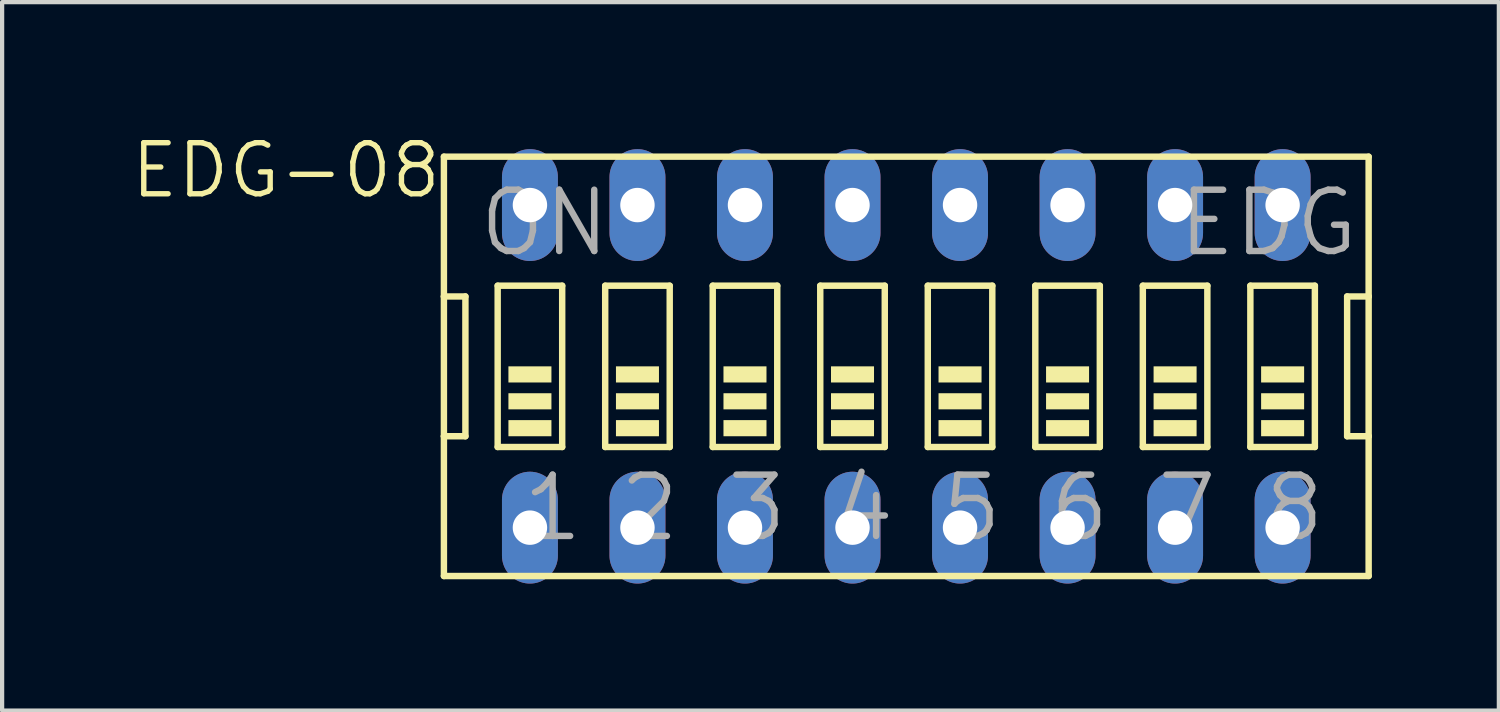
<source format=kicad_pcb>
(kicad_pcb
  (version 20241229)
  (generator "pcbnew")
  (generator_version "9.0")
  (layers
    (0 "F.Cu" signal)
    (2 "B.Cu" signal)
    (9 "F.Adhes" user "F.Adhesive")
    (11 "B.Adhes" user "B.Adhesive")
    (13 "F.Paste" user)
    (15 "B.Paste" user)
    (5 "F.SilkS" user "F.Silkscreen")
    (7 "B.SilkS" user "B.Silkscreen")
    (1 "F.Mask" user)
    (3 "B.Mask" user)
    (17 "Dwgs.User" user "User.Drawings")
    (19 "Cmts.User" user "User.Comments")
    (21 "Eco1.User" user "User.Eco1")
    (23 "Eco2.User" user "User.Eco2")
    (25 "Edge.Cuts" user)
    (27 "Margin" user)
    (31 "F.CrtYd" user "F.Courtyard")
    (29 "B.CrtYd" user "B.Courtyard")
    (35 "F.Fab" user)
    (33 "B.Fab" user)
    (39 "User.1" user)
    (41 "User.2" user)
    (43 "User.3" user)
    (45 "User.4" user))
  (footprint "EDG-08"
    (layer "F.Cu")
    (at 18.358 5.604)
    (property "Reference" "EDG-08" (at -10.922 -5.334 0) (layer "F.SilkS") (effects (font (size 1.206 1.206) (thickness 0.127)) (justify right top)))
    (attr through_hole)
    (fp_line (start -10.922 -4.953) (end -10.922 -1.651) (stroke (width 0.152) (type solid)) (layer "F.SilkS"))
    (fp_line (start -10.922 -1.651) (end -10.922 1.651) (stroke (width 0.152) (type solid)) (layer "F.SilkS"))
    (fp_line (start -10.922 1.651) (end -10.922 4.953) (stroke (width 0.152) (type solid)) (layer "F.SilkS"))
    (fp_line (start -10.922 1.651) (end -10.414 1.651) (stroke (width 0.152) (type solid)) (layer "F.SilkS"))
    (fp_line (start -10.922 4.953) (end 10.922 4.953) (stroke (width 0.152) (type solid)) (layer "F.SilkS"))
    (fp_line (start -10.414 -1.651) (end -10.922 -1.651) (stroke (width 0.152) (type solid)) (layer "F.SilkS"))
    (fp_line (start -10.414 1.651) (end -10.414 -1.651) (stroke (width 0.152) (type solid)) (layer "F.SilkS"))
    (fp_line (start -9.652 -1.905) (end -9.652 1.905) (stroke (width 0.152) (type solid)) (layer "F.SilkS"))
    (fp_line (start -9.652 -1.905) (end -8.128 -1.905) (stroke (width 0.152) (type solid)) (layer "F.SilkS"))
    (fp_line (start -8.128 1.905) (end -9.652 1.905) (stroke (width 0.152) (type solid)) (layer "F.SilkS"))
    (fp_line (start -8.128 1.905) (end -8.128 -1.905) (stroke (width 0.152) (type solid)) (layer "F.SilkS"))
    (fp_line (start -7.112 -1.905) (end -7.112 1.905) (stroke (width 0.152) (type solid)) (layer "F.SilkS"))
    (fp_line (start -7.112 -1.905) (end -5.588 -1.905) (stroke (width 0.152) (type solid)) (layer "F.SilkS"))
    (fp_line (start -5.588 1.905) (end -7.112 1.905) (stroke (width 0.152) (type solid)) (layer "F.SilkS"))
    (fp_line (start -5.588 1.905) (end -5.588 -1.905) (stroke (width 0.152) (type solid)) (layer "F.SilkS"))
    (fp_line (start -4.572 -1.905) (end -4.572 1.905) (stroke (width 0.152) (type solid)) (layer "F.SilkS"))
    (fp_line (start -4.572 -1.905) (end -3.048 -1.905) (stroke (width 0.152) (type solid)) (layer "F.SilkS"))
    (fp_line (start -3.048 1.905) (end -4.572 1.905) (stroke (width 0.152) (type solid)) (layer "F.SilkS"))
    (fp_line (start -3.048 1.905) (end -3.048 -1.905) (stroke (width 0.152) (type solid)) (layer "F.SilkS"))
    (fp_line (start -2.032 -1.905) (end -2.032 1.905) (stroke (width 0.152) (type solid)) (layer "F.SilkS"))
    (fp_line (start -2.032 -1.905) (end -0.508 -1.905) (stroke (width 0.152) (type solid)) (layer "F.SilkS"))
    (fp_line (start -0.508 1.905) (end -2.032 1.905) (stroke (width 0.152) (type solid)) (layer "F.SilkS"))
    (fp_line (start -0.508 1.905) (end -0.508 -1.905) (stroke (width 0.152) (type solid)) (layer "F.SilkS"))
    (fp_line (start 0.508 -1.905) (end 0.508 1.905) (stroke (width 0.152) (type solid)) (layer "F.SilkS"))
    (fp_line (start 0.508 -1.905) (end 2.032 -1.905) (stroke (width 0.152) (type solid)) (layer "F.SilkS"))
    (fp_line (start 2.032 1.905) (end 0.508 1.905) (stroke (width 0.152) (type solid)) (layer "F.SilkS"))
    (fp_line (start 2.032 1.905) (end 2.032 -1.905) (stroke (width 0.152) (type solid)) (layer "F.SilkS"))
    (fp_line (start 3.048 -1.905) (end 3.048 1.905) (stroke (width 0.152) (type solid)) (layer "F.SilkS"))
    (fp_line (start 3.048 -1.905) (end 4.572 -1.905) (stroke (width 0.152) (type solid)) (layer "F.SilkS"))
    (fp_line (start 4.572 1.905) (end 3.048 1.905) (stroke (width 0.152) (type solid)) (layer "F.SilkS"))
    (fp_line (start 4.572 1.905) (end 4.572 -1.905) (stroke (width 0.152) (type solid)) (layer "F.SilkS"))
    (fp_line (start 5.588 -1.905) (end 5.588 1.905) (stroke (width 0.152) (type solid)) (layer "F.SilkS"))
    (fp_line (start 5.588 -1.905) (end 7.112 -1.905) (stroke (width 0.152) (type solid)) (layer "F.SilkS"))
    (fp_line (start 7.112 1.905) (end 5.588 1.905) (stroke (width 0.152) (type solid)) (layer "F.SilkS"))
    (fp_line (start 7.112 1.905) (end 7.112 -1.905) (stroke (width 0.152) (type solid)) (layer "F.SilkS"))
    (fp_line (start 8.128 -1.905) (end 8.128 1.905) (stroke (width 0.152) (type solid)) (layer "F.SilkS"))
    (fp_line (start 8.128 -1.905) (end 9.652 -1.905) (stroke (width 0.152) (type solid)) (layer "F.SilkS"))
    (fp_line (start 9.652 1.905) (end 8.128 1.905) (stroke (width 0.152) (type solid)) (layer "F.SilkS"))
    (fp_line (start 9.652 1.905) (end 9.652 -1.905) (stroke (width 0.152) (type solid)) (layer "F.SilkS"))
    (fp_line (start 10.414 -1.651) (end 10.414 1.651) (stroke (width 0.152) (type solid)) (layer "F.SilkS"))
    (fp_line (start 10.414 1.651) (end 10.922 1.651) (stroke (width 0.152) (type solid)) (layer "F.SilkS"))
    (fp_line (start 10.922 -4.953) (end -10.922 -4.953) (stroke (width 0.152) (type solid)) (layer "F.SilkS"))
    (fp_line (start 10.922 -1.651) (end 10.414 -1.651) (stroke (width 0.152) (type solid)) (layer "F.SilkS"))
    (fp_line (start 10.922 -1.651) (end 10.922 -4.953) (stroke (width 0.152) (type solid)) (layer "F.SilkS"))
    (fp_line (start 10.922 1.651) (end 10.922 -1.651) (stroke (width 0.152) (type solid)) (layer "F.SilkS"))
    (fp_line (start 10.922 4.953) (end 10.922 1.651) (stroke (width 0.152) (type solid)) (layer "F.SilkS"))
    (fp_poly (pts (xy -9.398 0.381) (xy -8.382 0.381) (xy -8.382 0) (xy -9.398 0)) (stroke (width 0) (type solid)) (fill yes) (layer "F.SilkS"))
    (fp_poly (pts (xy -9.398 1.016) (xy -8.382 1.016) (xy -8.382 0.635) (xy -9.398 0.635)) (stroke (width 0) (type solid)) (fill yes) (layer "F.SilkS"))
    (fp_poly (pts (xy -9.398 1.651) (xy -8.382 1.651) (xy -8.382 1.27) (xy -9.398 1.27)) (stroke (width 0) (type solid)) (fill yes) (layer "F.SilkS"))
    (fp_poly (pts (xy -6.858 0.381) (xy -5.842 0.381) (xy -5.842 0) (xy -6.858 0)) (stroke (width 0) (type solid)) (fill yes) (layer "F.SilkS"))
    (fp_poly (pts (xy -6.858 1.016) (xy -5.842 1.016) (xy -5.842 0.635) (xy -6.858 0.635)) (stroke (width 0) (type solid)) (fill yes) (layer "F.SilkS"))
    (fp_poly (pts (xy -6.858 1.651) (xy -5.842 1.651) (xy -5.842 1.27) (xy -6.858 1.27)) (stroke (width 0) (type solid)) (fill yes) (layer "F.SilkS"))
    (fp_poly (pts (xy -4.318 0.381) (xy -3.302 0.381) (xy -3.302 0) (xy -4.318 0)) (stroke (width 0) (type solid)) (fill yes) (layer "F.SilkS"))
    (fp_poly (pts (xy -4.318 1.016) (xy -3.302 1.016) (xy -3.302 0.635) (xy -4.318 0.635)) (stroke (width 0) (type solid)) (fill yes) (layer "F.SilkS"))
    (fp_poly (pts (xy -4.318 1.651) (xy -3.302 1.651) (xy -3.302 1.27) (xy -4.318 1.27)) (stroke (width 0) (type solid)) (fill yes) (layer "F.SilkS"))
    (fp_poly (pts (xy -1.778 0.381) (xy -0.762 0.381) (xy -0.762 0) (xy -1.778 0)) (stroke (width 0) (type solid)) (fill yes) (layer "F.SilkS"))
    (fp_poly (pts (xy -1.778 1.016) (xy -0.762 1.016) (xy -0.762 0.635) (xy -1.778 0.635)) (stroke (width 0) (type solid)) (fill yes) (layer "F.SilkS"))
    (fp_poly (pts (xy -1.778 1.651) (xy -0.762 1.651) (xy -0.762 1.27) (xy -1.778 1.27)) (stroke (width 0) (type solid)) (fill yes) (layer "F.SilkS"))
    (fp_poly (pts (xy 0.762 0.381) (xy 1.778 0.381) (xy 1.778 0) (xy 0.762 0)) (stroke (width 0) (type solid)) (fill yes) (layer "F.SilkS"))
    (fp_poly (pts (xy 0.762 1.016) (xy 1.778 1.016) (xy 1.778 0.635) (xy 0.762 0.635)) (stroke (width 0) (type solid)) (fill yes) (layer "F.SilkS"))
    (fp_poly (pts (xy 0.762 1.651) (xy 1.778 1.651) (xy 1.778 1.27) (xy 0.762 1.27)) (stroke (width 0) (type solid)) (fill yes) (layer "F.SilkS"))
    (fp_poly (pts (xy 3.302 0.381) (xy 4.318 0.381) (xy 4.318 0) (xy 3.302 0)) (stroke (width 0) (type solid)) (fill yes) (layer "F.SilkS"))
    (fp_poly (pts (xy 3.302 1.016) (xy 4.318 1.016) (xy 4.318 0.635) (xy 3.302 0.635)) (stroke (width 0) (type solid)) (fill yes) (layer "F.SilkS"))
    (fp_poly (pts (xy 3.302 1.651) (xy 4.318 1.651) (xy 4.318 1.27) (xy 3.302 1.27)) (stroke (width 0) (type solid)) (fill yes) (layer "F.SilkS"))
    (fp_poly (pts (xy 5.842 0.381) (xy 6.858 0.381) (xy 6.858 0) (xy 5.842 0)) (stroke (width 0) (type solid)) (fill yes) (layer "F.SilkS"))
    (fp_poly (pts (xy 5.842 1.016) (xy 6.858 1.016) (xy 6.858 0.635) (xy 5.842 0.635)) (stroke (width 0) (type solid)) (fill yes) (layer "F.SilkS"))
    (fp_poly (pts (xy 5.842 1.651) (xy 6.858 1.651) (xy 6.858 1.27) (xy 5.842 1.27)) (stroke (width 0) (type solid)) (fill yes) (layer "F.SilkS"))
    (fp_poly (pts (xy 8.382 0.381) (xy 9.398 0.381) (xy 9.398 0) (xy 8.382 0)) (stroke (width 0) (type solid)) (fill yes) (layer "F.SilkS"))
    (fp_poly (pts (xy 8.382 1.016) (xy 9.398 1.016) (xy 9.398 0.635) (xy 8.382 0.635)) (stroke (width 0) (type solid)) (fill yes) (layer "F.SilkS"))
    (fp_poly (pts (xy 8.382 1.651) (xy 9.398 1.651) (xy 9.398 1.27) (xy 8.382 1.27)) (stroke (width 0) (type solid)) (fill yes) (layer "F.SilkS"))
    (fp_text user "5" (at 0.762 4.191 0) (layer "F.Fab") (effects (font (size 1.448 1.448) (thickness 0.152)) (justify left bottom)))
    (fp_text user "7" (at 5.842 4.191 0) (layer "F.Fab") (effects (font (size 1.448 1.448) (thickness 0.152)) (justify left bottom)))
    (fp_text user "ON" (at -10.16 -2.54 0) (layer "F.Fab") (effects (font (size 1.448 1.448) (thickness 0.152)) (justify left bottom)))
    (fp_text user "6" (at 3.302 4.191 0) (layer "F.Fab") (effects (font (size 1.448 1.448) (thickness 0.152)) (justify left bottom)))
    (fp_text user "8" (at 8.382 4.191 0) (layer "F.Fab") (effects (font (size 1.448 1.448) (thickness 0.152)) (justify left bottom)))
    (fp_text user "3" (at -4.318 4.191 0) (layer "F.Fab") (effects (font (size 1.448 1.448) (thickness 0.152)) (justify left bottom)))
    (fp_text user "EDG" (at 6.35 -2.54 0) (layer "F.Fab") (effects (font (size 1.448 1.448) (thickness 0.152)) (justify left bottom)))
    (fp_text user "1" (at -9.144 4.191 0) (layer "F.Fab") (effects (font (size 1.448 1.448) (thickness 0.152)) (justify left bottom)))
    (fp_text user "2" (at -6.858 4.191 0) (layer "F.Fab") (effects (font (size 1.448 1.448) (thickness 0.152)) (justify left bottom)))
    (fp_text user "4" (at -1.778 4.191 0) (layer "F.Fab") (effects (font (size 1.448 1.448) (thickness 0.152)) (justify left bottom)))
    (pad "1" thru_hole oval (at -8.89 3.81 90) (size 2.642 1.321) (drill 0.813) (layers "*.Cu" "*.Mask"))
    (pad "2" thru_hole oval (at -6.35 3.81 90) (size 2.642 1.321) (drill 0.813) (layers "*.Cu" "*.Mask"))
    (pad "3" thru_hole oval (at -3.81 3.81 90) (size 2.642 1.321) (drill 0.813) (layers "*.Cu" "*.Mask"))
    (pad "4" thru_hole oval (at -1.27 3.81 90) (size 2.642 1.321) (drill 0.813) (layers "*.Cu" "*.Mask"))
    (pad "5" thru_hole oval (at 1.27 3.81 90) (size 2.642 1.321) (drill 0.813) (layers "*.Cu" "*.Mask"))
    (pad "6" thru_hole oval (at 3.81 3.81 90) (size 2.642 1.321) (drill 0.813) (layers "*.Cu" "*.Mask"))
    (pad "7" thru_hole oval (at 6.35 3.81 90) (size 2.642 1.321) (drill 0.813) (layers "*.Cu" "*.Mask"))
    (pad "8" thru_hole oval (at 8.89 3.81 90) (size 2.642 1.321) (drill 0.813) (layers "*.Cu" "*.Mask"))
    (pad "9" thru_hole oval (at 8.89 -3.81 90) (size 2.642 1.321) (drill 0.813) (layers "*.Cu" "*.Mask"))
    (pad "10" thru_hole oval (at 6.35 -3.81 90) (size 2.642 1.321) (drill 0.813) (layers "*.Cu" "*.Mask"))
    (pad "11" thru_hole oval (at 3.81 -3.81 90) (size 2.642 1.321) (drill 0.813) (layers "*.Cu" "*.Mask"))
    (pad "12" thru_hole oval (at 1.27 -3.81 90) (size 2.642 1.321) (drill 0.813) (layers "*.Cu" "*.Mask"))
    (pad "13" thru_hole oval (at -1.27 -3.81 90) (size 2.642 1.321) (drill 0.813) (layers "*.Cu" "*.Mask"))
    (pad "14" thru_hole oval (at -3.81 -3.81 90) (size 2.642 1.321) (drill 0.813) (layers "*.Cu" "*.Mask"))
    (pad "15" thru_hole oval (at -6.35 -3.81 90) (size 2.642 1.321) (drill 0.813) (layers "*.Cu" "*.Mask"))
    (pad "16" thru_hole oval (at -8.89 -3.81 90) (size 2.642 1.321) (drill 0.813) (layers "*.Cu" "*.Mask")))
  (gr_rect
    (start -3 -3)
    (end 32.356 13.735)
    (stroke (width 0.1) (type default))
    (fill no)
    (layer "Edge.Cuts")))
</source>
